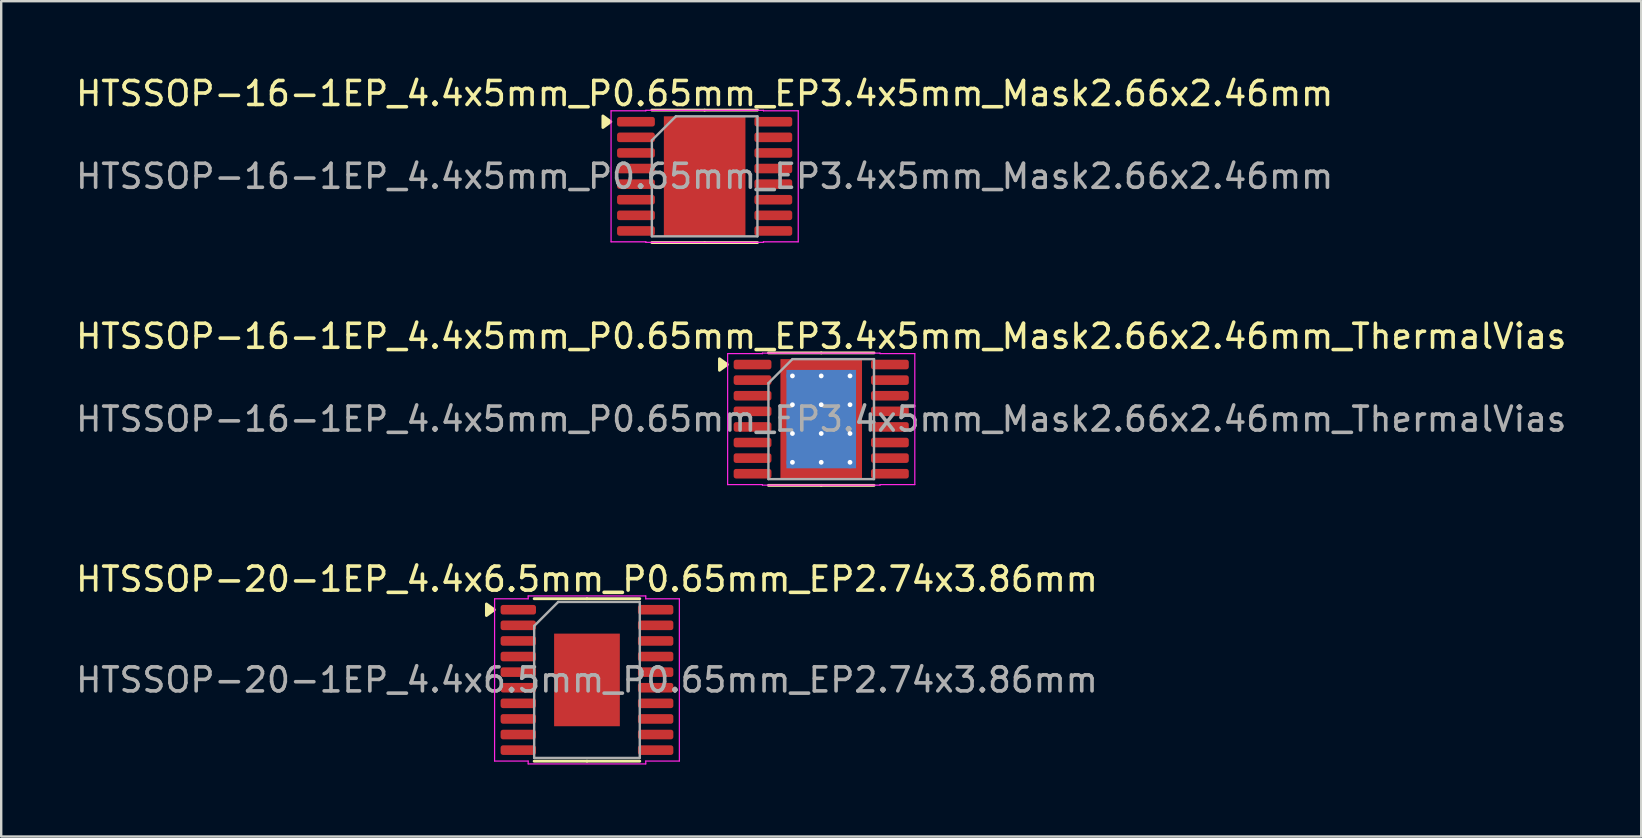
<source format=kicad_pcb>
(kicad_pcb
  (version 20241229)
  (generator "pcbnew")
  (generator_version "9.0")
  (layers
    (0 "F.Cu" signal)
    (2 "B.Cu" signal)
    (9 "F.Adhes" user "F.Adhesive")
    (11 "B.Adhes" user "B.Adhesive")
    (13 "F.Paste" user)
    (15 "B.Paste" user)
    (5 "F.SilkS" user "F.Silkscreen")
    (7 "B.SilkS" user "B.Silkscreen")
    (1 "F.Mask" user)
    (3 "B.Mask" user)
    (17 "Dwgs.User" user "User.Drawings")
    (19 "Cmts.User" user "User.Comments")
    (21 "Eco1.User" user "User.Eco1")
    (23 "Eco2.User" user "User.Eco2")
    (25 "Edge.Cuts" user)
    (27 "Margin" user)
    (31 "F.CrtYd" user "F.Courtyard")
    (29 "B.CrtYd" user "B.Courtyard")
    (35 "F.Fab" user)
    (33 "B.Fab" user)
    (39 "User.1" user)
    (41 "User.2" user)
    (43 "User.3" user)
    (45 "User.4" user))
  (footprint "HTSSOP-20-1EP_4.4x6.5mm_P0.65mm_EP2.74x3.86mm"
    (layer "F.Cu")
    (at 21.411 25.285)
    (property "Reference" "HTSSOP-20-1EP_4.4x6.5mm_P0.65mm_EP2.74x3.86mm" (at 0 -4.2 0) (layer "F.SilkS") (effects (font (size 1 1) (thickness 0.15))))
    (attr smd)
    (fp_line (start 0 -3.385) (end -2.2 -3.385) (stroke (width 0.12) (type solid)) (layer "F.SilkS"))
    (fp_line (start 0 -3.385) (end 2.2 -3.385) (stroke (width 0.12) (type solid)) (layer "F.SilkS"))
    (fp_line (start 0 3.385) (end -2.2 3.385) (stroke (width 0.12) (type solid)) (layer "F.SilkS"))
    (fp_line (start 0 3.385) (end 2.2 3.385) (stroke (width 0.12) (type solid)) (layer "F.SilkS"))
    (fp_poly (pts (xy -3.86 -2.925) (xy -4.19 -2.685) (xy -4.19 -3.165)) (stroke (width 0.12) (type solid)) (fill yes) (layer "F.SilkS"))
    (fp_line (start -3.85 -3.38) (end -2.45 -3.38) (stroke (width 0.05) (type solid)) (layer "F.CrtYd"))
    (fp_line (start -3.85 3.38) (end -3.85 -3.38) (stroke (width 0.05) (type solid)) (layer "F.CrtYd"))
    (fp_line (start -2.45 -3.5) (end 2.45 -3.5) (stroke (width 0.05) (type solid)) (layer "F.CrtYd"))
    (fp_line (start -2.45 -3.38) (end -2.45 -3.5) (stroke (width 0.05) (type solid)) (layer "F.CrtYd"))
    (fp_line (start -2.45 3.38) (end -3.85 3.38) (stroke (width 0.05) (type solid)) (layer "F.CrtYd"))
    (fp_line (start -2.45 3.5) (end -2.45 3.38) (stroke (width 0.05) (type solid)) (layer "F.CrtYd"))
    (fp_line (start 2.45 -3.5) (end 2.45 -3.38) (stroke (width 0.05) (type solid)) (layer "F.CrtYd"))
    (fp_line (start 2.45 -3.38) (end 3.85 -3.38) (stroke (width 0.05) (type solid)) (layer "F.CrtYd"))
    (fp_line (start 2.45 3.38) (end 2.45 3.5) (stroke (width 0.05) (type solid)) (layer "F.CrtYd"))
    (fp_line (start 2.45 3.5) (end -2.45 3.5) (stroke (width 0.05) (type solid)) (layer "F.CrtYd"))
    (fp_line (start 3.85 -3.38) (end 3.85 3.38) (stroke (width 0.05) (type solid)) (layer "F.CrtYd"))
    (fp_line (start 3.85 3.38) (end 2.45 3.38) (stroke (width 0.05) (type solid)) (layer "F.CrtYd"))
    (fp_line (start -2.2 -2.25) (end -1.2 -3.25) (stroke (width 0.1) (type solid)) (layer "F.Fab"))
    (fp_line (start -2.2 3.25) (end -2.2 -2.25) (stroke (width 0.1) (type solid)) (layer "F.Fab"))
    (fp_line (start -1.2 -3.25) (end 2.2 -3.25) (stroke (width 0.1) (type solid)) (layer "F.Fab"))
    (fp_line (start 2.2 -3.25) (end 2.2 3.25) (stroke (width 0.1) (type solid)) (layer "F.Fab"))
    (fp_line (start 2.2 3.25) (end -2.2 3.25) (stroke (width 0.1) (type solid)) (layer "F.Fab"))
    (fp_text user "${REFERENCE}" (at 0 0 0) (layer "F.Fab") (effects (font (size 1 1) (thickness 0.15))))
    (pad "" smd roundrect (at 0 -0.965) (size 2.21 1.56) (layers "F.Paste") (roundrect_rratio 0.16))
    (pad "" smd roundrect (at 0 0.965) (size 2.21 1.56) (layers "F.Paste") (roundrect_rratio 0.16))
    (pad "1" smd roundrect (at -2.862 -2.925) (size 1.475 0.4) (layers "F.Cu" "F.Mask" "F.Paste") (roundrect_rratio 0.25))
    (pad "2" smd roundrect (at -2.862 -2.275) (size 1.475 0.4) (layers "F.Cu" "F.Mask" "F.Paste") (roundrect_rratio 0.25))
    (pad "3" smd roundrect (at -2.862 -1.625) (size 1.475 0.4) (layers "F.Cu" "F.Mask" "F.Paste") (roundrect_rratio 0.25))
    (pad "4" smd roundrect (at -2.862 -0.975) (size 1.475 0.4) (layers "F.Cu" "F.Mask" "F.Paste") (roundrect_rratio 0.25))
    (pad "5" smd roundrect (at -2.862 -0.325) (size 1.475 0.4) (layers "F.Cu" "F.Mask" "F.Paste") (roundrect_rratio 0.25))
    (pad "6" smd roundrect (at -2.862 0.325) (size 1.475 0.4) (layers "F.Cu" "F.Mask" "F.Paste") (roundrect_rratio 0.25))
    (pad "7" smd roundrect (at -2.862 0.975) (size 1.475 0.4) (layers "F.Cu" "F.Mask" "F.Paste") (roundrect_rratio 0.25))
    (pad "8" smd roundrect (at -2.862 1.625) (size 1.475 0.4) (layers "F.Cu" "F.Mask" "F.Paste") (roundrect_rratio 0.25))
    (pad "9" smd roundrect (at -2.862 2.275) (size 1.475 0.4) (layers "F.Cu" "F.Mask" "F.Paste") (roundrect_rratio 0.25))
    (pad "10" smd roundrect (at -2.862 2.925) (size 1.475 0.4) (layers "F.Cu" "F.Mask" "F.Paste") (roundrect_rratio 0.25))
    (pad "11" smd roundrect (at 2.862 2.925) (size 1.475 0.4) (layers "F.Cu" "F.Mask" "F.Paste") (roundrect_rratio 0.25))
    (pad "12" smd roundrect (at 2.862 2.275) (size 1.475 0.4) (layers "F.Cu" "F.Mask" "F.Paste") (roundrect_rratio 0.25))
    (pad "13" smd roundrect (at 2.862 1.625) (size 1.475 0.4) (layers "F.Cu" "F.Mask" "F.Paste") (roundrect_rratio 0.25))
    (pad "14" smd roundrect (at 2.862 0.975) (size 1.475 0.4) (layers "F.Cu" "F.Mask" "F.Paste") (roundrect_rratio 0.25))
    (pad "15" smd roundrect (at 2.862 0.325) (size 1.475 0.4) (layers "F.Cu" "F.Mask" "F.Paste") (roundrect_rratio 0.25))
    (pad "16" smd roundrect (at 2.862 -0.325) (size 1.475 0.4) (layers "F.Cu" "F.Mask" "F.Paste") (roundrect_rratio 0.25))
    (pad "17" smd roundrect (at 2.862 -0.975) (size 1.475 0.4) (layers "F.Cu" "F.Mask" "F.Paste") (roundrect_rratio 0.25))
    (pad "18" smd roundrect (at 2.862 -1.625) (size 1.475 0.4) (layers "F.Cu" "F.Mask" "F.Paste") (roundrect_rratio 0.25))
    (pad "19" smd roundrect (at 2.862 -2.275) (size 1.475 0.4) (layers "F.Cu" "F.Mask" "F.Paste") (roundrect_rratio 0.25))
    (pad "20" smd roundrect (at 2.862 -2.925) (size 1.475 0.4) (layers "F.Cu" "F.Mask" "F.Paste") (roundrect_rratio 0.25))
    (pad "21" smd rect (at 0 0) (size 2.74 3.86) (property pad_prop_heatsink) (layers "F.Cu" "F.Mask")))
  (footprint "HTSSOP-16-1EP_4.4x5mm_P0.65mm_EP3.4x5mm_Mask2.66x2.46mm"
    (layer "F.Cu")
    (at 26.315 4.298)
    (property "Reference" "HTSSOP-16-1EP_4.4x5mm_P0.65mm_EP3.4x5mm_Mask2.66x2.46mm" (at 0 -3.45 0) (layer "F.SilkS") (effects (font (size 1 1) (thickness 0.15))))
    (attr smd)
    (fp_line (start 0 -2.76) (end -2.2 -2.76) (stroke (width 0.12) (type solid)) (layer "F.SilkS"))
    (fp_line (start 0 -2.76) (end 2.2 -2.76) (stroke (width 0.12) (type solid)) (layer "F.SilkS"))
    (fp_line (start 0 2.76) (end -2.2 2.76) (stroke (width 0.12) (type solid)) (layer "F.SilkS"))
    (fp_line (start 0 2.76) (end 2.2 2.76) (stroke (width 0.12) (type solid)) (layer "F.SilkS"))
    (fp_poly (pts (xy -3.91 -2.275) (xy -4.24 -2.035) (xy -4.24 -2.515)) (stroke (width 0.12) (type solid)) (fill yes) (layer "F.SilkS"))
    (fp_line (start -3.9 -2.73) (end -2.45 -2.73) (stroke (width 0.05) (type solid)) (layer "F.CrtYd"))
    (fp_line (start -3.9 2.73) (end -3.9 -2.73) (stroke (width 0.05) (type solid)) (layer "F.CrtYd"))
    (fp_line (start -2.45 -2.75) (end 2.45 -2.75) (stroke (width 0.05) (type solid)) (layer "F.CrtYd"))
    (fp_line (start -2.45 -2.73) (end -2.45 -2.75) (stroke (width 0.05) (type solid)) (layer "F.CrtYd"))
    (fp_line (start -2.45 2.73) (end -3.9 2.73) (stroke (width 0.05) (type solid)) (layer "F.CrtYd"))
    (fp_line (start -2.45 2.75) (end -2.45 2.73) (stroke (width 0.05) (type solid)) (layer "F.CrtYd"))
    (fp_line (start 2.45 -2.75) (end 2.45 -2.73) (stroke (width 0.05) (type solid)) (layer "F.CrtYd"))
    (fp_line (start 2.45 -2.73) (end 3.9 -2.73) (stroke (width 0.05) (type solid)) (layer "F.CrtYd"))
    (fp_line (start 2.45 2.73) (end 2.45 2.75) (stroke (width 0.05) (type solid)) (layer "F.CrtYd"))
    (fp_line (start 2.45 2.75) (end -2.45 2.75) (stroke (width 0.05) (type solid)) (layer "F.CrtYd"))
    (fp_line (start 3.9 -2.73) (end 3.9 2.73) (stroke (width 0.05) (type solid)) (layer "F.CrtYd"))
    (fp_line (start 3.9 2.73) (end 2.45 2.73) (stroke (width 0.05) (type solid)) (layer "F.CrtYd"))
    (fp_line (start -2.2 -1.5) (end -1.2 -2.5) (stroke (width 0.1) (type solid)) (layer "F.Fab"))
    (fp_line (start -2.2 2.5) (end -2.2 -1.5) (stroke (width 0.1) (type solid)) (layer "F.Fab"))
    (fp_line (start -1.2 -2.5) (end 2.2 -2.5) (stroke (width 0.1) (type solid)) (layer "F.Fab"))
    (fp_line (start 2.2 -2.5) (end 2.2 2.5) (stroke (width 0.1) (type solid)) (layer "F.Fab"))
    (fp_line (start 2.2 2.5) (end -2.2 2.5) (stroke (width 0.1) (type solid)) (layer "F.Fab"))
    (fp_text user "${REFERENCE}" (at 0 0 0) (layer "F.Fab") (effects (font (size 1 1) (thickness 0.15))))
    (pad "" smd roundrect (at 0 -0.615) (size 2.14 0.99) (layers "F.Paste") (roundrect_rratio 0.25))
    (pad "" smd rect (at 0 0) (size 2.66 2.46) (layers "F.Mask"))
    (pad "" smd roundrect (at 0 0.615) (size 2.14 0.99) (layers "F.Paste") (roundrect_rratio 0.25))
    (pad "1" smd roundrect (at -2.862 -2.275) (size 1.575 0.4) (layers "F.Cu" "F.Mask" "F.Paste") (roundrect_rratio 0.25))
    (pad "2" smd roundrect (at -2.862 -1.625) (size 1.575 0.4) (layers "F.Cu" "F.Mask" "F.Paste") (roundrect_rratio 0.25))
    (pad "3" smd roundrect (at -2.862 -0.975) (size 1.575 0.4) (layers "F.Cu" "F.Mask" "F.Paste") (roundrect_rratio 0.25))
    (pad "4" smd roundrect (at -2.862 -0.325) (size 1.575 0.4) (layers "F.Cu" "F.Mask" "F.Paste") (roundrect_rratio 0.25))
    (pad "5" smd roundrect (at -2.862 0.325) (size 1.575 0.4) (layers "F.Cu" "F.Mask" "F.Paste") (roundrect_rratio 0.25))
    (pad "6" smd roundrect (at -2.862 0.975) (size 1.575 0.4) (layers "F.Cu" "F.Mask" "F.Paste") (roundrect_rratio 0.25))
    (pad "7" smd roundrect (at -2.862 1.625) (size 1.575 0.4) (layers "F.Cu" "F.Mask" "F.Paste") (roundrect_rratio 0.25))
    (pad "8" smd roundrect (at -2.862 2.275) (size 1.575 0.4) (layers "F.Cu" "F.Mask" "F.Paste") (roundrect_rratio 0.25))
    (pad "9" smd roundrect (at 2.862 2.275) (size 1.575 0.4) (layers "F.Cu" "F.Mask" "F.Paste") (roundrect_rratio 0.25))
    (pad "10" smd roundrect (at 2.862 1.625) (size 1.575 0.4) (layers "F.Cu" "F.Mask" "F.Paste") (roundrect_rratio 0.25))
    (pad "11" smd roundrect (at 2.862 0.975) (size 1.575 0.4) (layers "F.Cu" "F.Mask" "F.Paste") (roundrect_rratio 0.25))
    (pad "12" smd roundrect (at 2.862 0.325) (size 1.575 0.4) (layers "F.Cu" "F.Mask" "F.Paste") (roundrect_rratio 0.25))
    (pad "13" smd roundrect (at 2.862 -0.325) (size 1.575 0.4) (layers "F.Cu" "F.Mask" "F.Paste") (roundrect_rratio 0.25))
    (pad "14" smd roundrect (at 2.862 -0.975) (size 1.575 0.4) (layers "F.Cu" "F.Mask" "F.Paste") (roundrect_rratio 0.25))
    (pad "15" smd roundrect (at 2.862 -1.625) (size 1.575 0.4) (layers "F.Cu" "F.Mask" "F.Paste") (roundrect_rratio 0.25))
    (pad "16" smd roundrect (at 2.862 -2.275) (size 1.575 0.4) (layers "F.Cu" "F.Mask" "F.Paste") (roundrect_rratio 0.25))
    (pad "17" smd rect (at 0 0) (size 3.4 5) (property pad_prop_heatsink) (layers "F.Cu")))
  (footprint "HTSSOP-16-1EP_4.4x5mm_P0.65mm_EP3.4x5mm_Mask2.66x2.46mm_ThermalVias"
    (layer "F.Cu")
    (at 31.173 14.416)
    (property "Reference" "HTSSOP-16-1EP_4.4x5mm_P0.65mm_EP3.4x5mm_Mask2.66x2.46mm_ThermalVias" (at 0 -3.45 0) (layer "F.SilkS") (effects (font (size 1 1) (thickness 0.15))))
    (attr smd)
    (fp_line (start 0 -2.76) (end -2.2 -2.76) (stroke (width 0.12) (type solid)) (layer "F.SilkS"))
    (fp_line (start 0 -2.76) (end 2.2 -2.76) (stroke (width 0.12) (type solid)) (layer "F.SilkS"))
    (fp_line (start 0 2.76) (end -2.2 2.76) (stroke (width 0.12) (type solid)) (layer "F.SilkS"))
    (fp_line (start 0 2.76) (end 2.2 2.76) (stroke (width 0.12) (type solid)) (layer "F.SilkS"))
    (fp_poly (pts (xy -3.91 -2.275) (xy -4.24 -2.035) (xy -4.24 -2.515)) (stroke (width 0.12) (type solid)) (fill yes) (layer "F.SilkS"))
    (fp_line (start -3.9 -2.73) (end -2.45 -2.73) (stroke (width 0.05) (type solid)) (layer "F.CrtYd"))
    (fp_line (start -3.9 2.73) (end -3.9 -2.73) (stroke (width 0.05) (type solid)) (layer "F.CrtYd"))
    (fp_line (start -2.45 -2.75) (end 2.45 -2.75) (stroke (width 0.05) (type solid)) (layer "F.CrtYd"))
    (fp_line (start -2.45 -2.73) (end -2.45 -2.75) (stroke (width 0.05) (type solid)) (layer "F.CrtYd"))
    (fp_line (start -2.45 2.73) (end -3.9 2.73) (stroke (width 0.05) (type solid)) (layer "F.CrtYd"))
    (fp_line (start -2.45 2.75) (end -2.45 2.73) (stroke (width 0.05) (type solid)) (layer "F.CrtYd"))
    (fp_line (start 2.45 -2.75) (end 2.45 -2.73) (stroke (width 0.05) (type solid)) (layer "F.CrtYd"))
    (fp_line (start 2.45 -2.73) (end 3.9 -2.73) (stroke (width 0.05) (type solid)) (layer "F.CrtYd"))
    (fp_line (start 2.45 2.73) (end 2.45 2.75) (stroke (width 0.05) (type solid)) (layer "F.CrtYd"))
    (fp_line (start 2.45 2.75) (end -2.45 2.75) (stroke (width 0.05) (type solid)) (layer "F.CrtYd"))
    (fp_line (start 3.9 -2.73) (end 3.9 2.73) (stroke (width 0.05) (type solid)) (layer "F.CrtYd"))
    (fp_line (start 3.9 2.73) (end 2.45 2.73) (stroke (width 0.05) (type solid)) (layer "F.CrtYd"))
    (fp_line (start -2.2 -1.5) (end -1.2 -2.5) (stroke (width 0.1) (type solid)) (layer "F.Fab"))
    (fp_line (start -2.2 2.5) (end -2.2 -1.5) (stroke (width 0.1) (type solid)) (layer "F.Fab"))
    (fp_line (start -1.2 -2.5) (end 2.2 -2.5) (stroke (width 0.1) (type solid)) (layer "F.Fab"))
    (fp_line (start 2.2 -2.5) (end 2.2 2.5) (stroke (width 0.1) (type solid)) (layer "F.Fab"))
    (fp_line (start 2.2 2.5) (end -2.2 2.5) (stroke (width 0.1) (type solid)) (layer "F.Fab"))
    (fp_text user "${REFERENCE}" (at 0 0 0) (layer "F.Fab") (effects (font (size 1 1) (thickness 0.15))))
    (pad "" smd roundrect (at 0 -0.615) (size 2.14 0.99) (layers "F.Paste") (roundrect_rratio 0.25))
    (pad "" smd rect (at 0 0) (size 2.66 2.46) (layers "F.Mask"))
    (pad "" smd roundrect (at 0 0.615) (size 2.14 0.99) (layers "F.Paste") (roundrect_rratio 0.25))
    (pad "1" smd roundrect (at -2.862 -2.275) (size 1.575 0.4) (layers "F.Cu" "F.Mask" "F.Paste") (roundrect_rratio 0.25))
    (pad "2" smd roundrect (at -2.862 -1.625) (size 1.575 0.4) (layers "F.Cu" "F.Mask" "F.Paste") (roundrect_rratio 0.25))
    (pad "3" smd roundrect (at -2.862 -0.975) (size 1.575 0.4) (layers "F.Cu" "F.Mask" "F.Paste") (roundrect_rratio 0.25))
    (pad "4" smd roundrect (at -2.862 -0.325) (size 1.575 0.4) (layers "F.Cu" "F.Mask" "F.Paste") (roundrect_rratio 0.25))
    (pad "5" smd roundrect (at -2.862 0.325) (size 1.575 0.4) (layers "F.Cu" "F.Mask" "F.Paste") (roundrect_rratio 0.25))
    (pad "6" smd roundrect (at -2.862 0.975) (size 1.575 0.4) (layers "F.Cu" "F.Mask" "F.Paste") (roundrect_rratio 0.25))
    (pad "7" smd roundrect (at -2.862 1.625) (size 1.575 0.4) (layers "F.Cu" "F.Mask" "F.Paste") (roundrect_rratio 0.25))
    (pad "8" smd roundrect (at -2.862 2.275) (size 1.575 0.4) (layers "F.Cu" "F.Mask" "F.Paste") (roundrect_rratio 0.25))
    (pad "9" smd roundrect (at 2.862 2.275) (size 1.575 0.4) (layers "F.Cu" "F.Mask" "F.Paste") (roundrect_rratio 0.25))
    (pad "10" smd roundrect (at 2.862 1.625) (size 1.575 0.4) (layers "F.Cu" "F.Mask" "F.Paste") (roundrect_rratio 0.25))
    (pad "11" smd roundrect (at 2.862 0.975) (size 1.575 0.4) (layers "F.Cu" "F.Mask" "F.Paste") (roundrect_rratio 0.25))
    (pad "12" smd roundrect (at 2.862 0.325) (size 1.575 0.4) (layers "F.Cu" "F.Mask" "F.Paste") (roundrect_rratio 0.25))
    (pad "13" smd roundrect (at 2.862 -0.325) (size 1.575 0.4) (layers "F.Cu" "F.Mask" "F.Paste") (roundrect_rratio 0.25))
    (pad "14" smd roundrect (at 2.862 -0.975) (size 1.575 0.4) (layers "F.Cu" "F.Mask" "F.Paste") (roundrect_rratio 0.25))
    (pad "15" smd roundrect (at 2.862 -1.625) (size 1.575 0.4) (layers "F.Cu" "F.Mask" "F.Paste") (roundrect_rratio 0.25))
    (pad "16" smd roundrect (at 2.862 -2.275) (size 1.575 0.4) (layers "F.Cu" "F.Mask" "F.Paste") (roundrect_rratio 0.25))
    (pad "17" thru_hole circle (at -1.2 -1.8) (size 0.5 0.5) (drill 0.2) (property pad_prop_heatsink) (layers "*.Cu"))
    (pad "17" thru_hole circle (at -1.2 -0.6) (size 0.5 0.5) (drill 0.2) (property pad_prop_heatsink) (layers "*.Cu"))
    (pad "17" thru_hole circle (at -1.2 0.6) (size 0.5 0.5) (drill 0.2) (property pad_prop_heatsink) (layers "*.Cu"))
    (pad "17" thru_hole circle (at -1.2 1.8) (size 0.5 0.5) (drill 0.2) (property pad_prop_heatsink) (layers "*.Cu"))
    (pad "17" thru_hole circle (at 0 -1.8) (size 0.5 0.5) (drill 0.2) (property pad_prop_heatsink) (layers "*.Cu"))
    (pad "17" thru_hole circle (at 0 -0.6) (size 0.5 0.5) (drill 0.2) (property pad_prop_heatsink) (layers "*.Cu"))
    (pad "17" smd rect (at 0 0) (size 2.9 4.1) (property pad_prop_heatsink) (layers "B.Cu"))
    (pad "17" smd rect (at 0 0) (size 3.4 5) (property pad_prop_heatsink) (layers "F.Cu"))
    (pad "17" thru_hole circle (at 0 0.6) (size 0.5 0.5) (drill 0.2) (property pad_prop_heatsink) (layers "*.Cu"))
    (pad "17" thru_hole circle (at 0 1.8) (size 0.5 0.5) (drill 0.2) (property pad_prop_heatsink) (layers "*.Cu"))
    (pad "17" thru_hole circle (at 1.2 -1.8) (size 0.5 0.5) (drill 0.2) (property pad_prop_heatsink) (layers "*.Cu"))
    (pad "17" thru_hole circle (at 1.2 -0.6) (size 0.5 0.5) (drill 0.2) (property pad_prop_heatsink) (layers "*.Cu"))
    (pad "17" thru_hole circle (at 1.2 0.6) (size 0.5 0.5) (drill 0.2) (property pad_prop_heatsink) (layers "*.Cu"))
    (pad "17" thru_hole circle (at 1.2 1.8) (size 0.5 0.5) (drill 0.2) (property pad_prop_heatsink) (layers "*.Cu")))
  (gr_rect
    (start -3 -3)
    (end 65.345 31.81)
    (stroke (width 0.1) (type default))
    (fill no)
    (layer "Edge.Cuts")))
</source>
